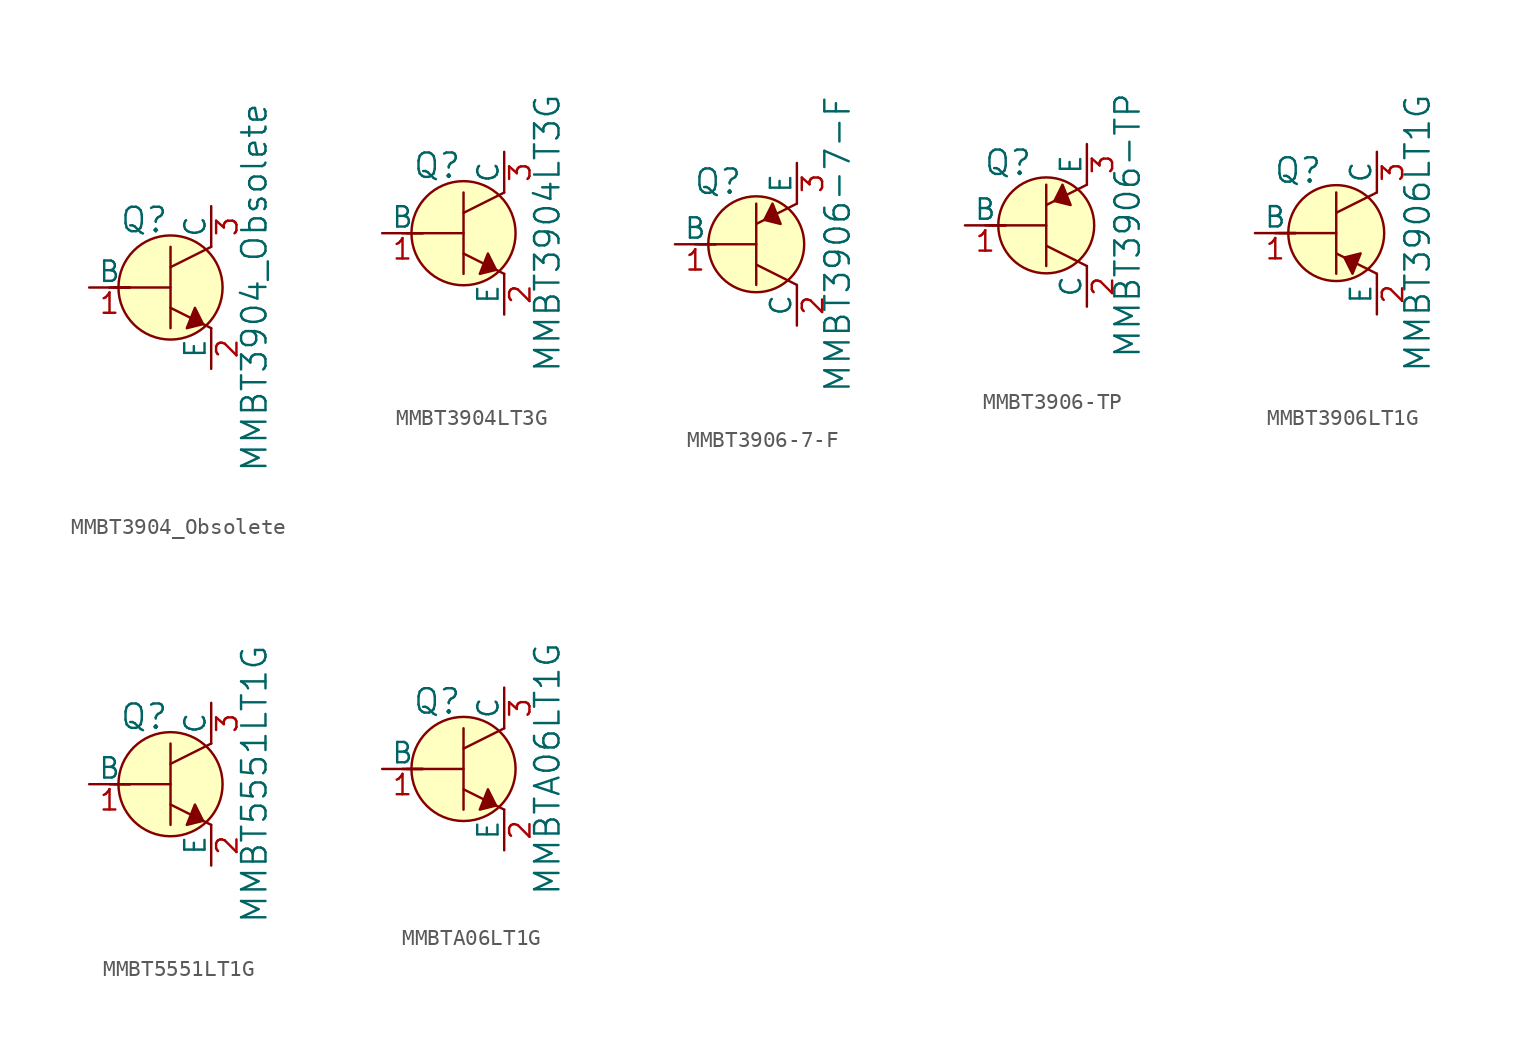
<source format=kicad_sym>
(kicad_symbol_lib
  (version 20211014)
  (generator kicad_symbol_editor)
  (symbol "MMBT3904_Obsolete"
    (pin_names
      (offset 0))
    (property "Reference" "Q"
      (at -3.2 4.216 0)
      (effects (font (size 1.524 1.524)) (justify left)))
    (property "Value" "MMBT3904_Obsolete"
      (at 5.232 0 90)
      (effects (font (size 1.524 1.524))))
    (symbol "MMBT3904_Obsolete_0_1"
      (polyline (pts (xy -3.81 0) (xy -2.54 0)) (stroke (width 0) (type default) (color 0 0 0 0)) (fill (type none)))
      (polyline (pts (xy -3.556 0) (xy 0 0)) (stroke (width 0) (type default) (color 0 0 0 0)) (fill (type none)))
      (polyline (pts (xy 0 -1.27) (xy 2.54 -2.54)) (stroke (width 0) (type default) (color 0 0 0 0)) (fill (type none)))
      (polyline (pts (xy 0 1.27) (xy 2.54 2.54)) (stroke (width 0) (type default) (color 0 0 0 0)) (fill (type none)))
      (polyline (pts (xy 0 2.54) (xy 0 -2.54)) (stroke (width 0) (type default) (color 0 0 0 0)) (fill (type none)))
      (polyline (pts (xy 1.524 -1.27) (xy 2.032 -2.286) (xy 1.016 -2.54) (xy 1.524 -1.27)) (stroke (width 0) (type default) (color 0 0 0 0)) (fill (type outline)))
      (circle (center 0 0) (radius 3.251) (stroke (width 0) (type default) (color 0 0 0 0)) (fill (type background))))
    (symbol "MMBT3904_Obsolete_1_1"
      (pin input line (at -5.08 0 0) (length 2.54) (name "B" (effects (font (size 1.27 1.27)))) (number "1" (effects (font (size 1.27 1.27)))))
      (pin passive line (at 2.54 -5.08 90) (length 2.54) (name "E" (effects (font (size 1.27 1.27)))) (number "2" (effects (font (size 1.27 1.27)))))
      (pin passive line (at 2.54 5.08 270) (length 2.54) (name "C" (effects (font (size 1.27 1.27)))) (number "3" (effects (font (size 1.27 1.27)))))))
  (symbol "MMBT3904LT3G"
    (pin_names
      (offset 0))
    (property "Reference" "Q"
      (at -3.2 4.216 0)
      (effects (font (size 1.524 1.524)) (justify left)))
    (property "Value" "MMBT3904LT3G"
      (at 5.232 0 90)
      (effects (font (size 1.524 1.524))))
    (symbol "MMBT3904LT3G_0_1"
      (polyline (pts (xy -3.81 0) (xy -2.54 0)) (stroke (width 0) (type default) (color 0 0 0 0)) (fill (type none)))
      (polyline (pts (xy -3.556 0) (xy 0 0)) (stroke (width 0) (type default) (color 0 0 0 0)) (fill (type none)))
      (polyline (pts (xy 0 -1.27) (xy 2.54 -2.54)) (stroke (width 0) (type default) (color 0 0 0 0)) (fill (type none)))
      (polyline (pts (xy 0 1.27) (xy 2.54 2.54)) (stroke (width 0) (type default) (color 0 0 0 0)) (fill (type none)))
      (polyline (pts (xy 0 2.54) (xy 0 -2.54)) (stroke (width 0) (type default) (color 0 0 0 0)) (fill (type none)))
      (polyline (pts (xy 1.524 -1.27) (xy 2.032 -2.286) (xy 1.016 -2.54) (xy 1.524 -1.27)) (stroke (width 0) (type default) (color 0 0 0 0)) (fill (type outline)))
      (circle (center 0 0) (radius 3.251) (stroke (width 0) (type default) (color 0 0 0 0)) (fill (type background))))
    (symbol "MMBT3904LT3G_1_1"
      (pin input line (at -5.08 0 0) (length 2.54) (name "B" (effects (font (size 1.27 1.27)))) (number "1" (effects (font (size 1.27 1.27)))))
      (pin passive line (at 2.54 -5.08 90) (length 2.54) (name "E" (effects (font (size 1.27 1.27)))) (number "2" (effects (font (size 1.27 1.27)))))
      (pin passive line (at 2.54 5.08 270) (length 2.54) (name "C" (effects (font (size 1.27 1.27)))) (number "3" (effects (font (size 1.27 1.27)))))))
  (symbol "MMBT3906-7-F"
    (pin_names
      (offset 0))
    (property "Reference" "Q"
      (at -2.388 3.912 0)
      (effects (font (size 1.524 1.524))))
    (property "Value" "MMBT3906-7-F"
      (at 5.08 0 90)
      (effects (font (size 1.524 1.524))))
    (symbol "MMBT3906-7-F_0_1"
      (polyline (pts (xy -3.81 0) (xy -2.54 0)) (stroke (width 0) (type default) (color 0 0 0 0)) (fill (type none)))
      (polyline (pts (xy -3.556 0) (xy 0 0)) (stroke (width 0) (type default) (color 0 0 0 0)) (fill (type none)))
      (polyline (pts (xy 0 -1.27) (xy 2.54 -2.54)) (stroke (width 0) (type default) (color 0 0 0 0)) (fill (type none)))
      (polyline (pts (xy 0 1.27) (xy 2.54 2.54)) (stroke (width 0) (type default) (color 0 0 0 0)) (fill (type none)))
      (polyline (pts (xy 0 2.54) (xy 0 -2.54)) (stroke (width 0) (type default) (color 0 0 0 0)) (fill (type none)))
      (polyline (pts (xy 1.016 2.54) (xy 0.508 1.524) (xy 1.524 1.27) (xy 1.016 2.54)) (stroke (width 0) (type default) (color 0 0 0 0)) (fill (type outline)))
      (circle (center 0 0) (radius 2.997) (stroke (width 0) (type default) (color 0 0 0 0)) (fill (type background))))
    (symbol "MMBT3906-7-F_1_1"
      (pin input line (at -5.08 0 0) (length 2.54) (name "B" (effects (font (size 1.27 1.27)))) (number "1" (effects (font (size 1.27 1.27)))))
      (pin passive line (at 2.54 -5.08 90) (length 2.54) (name "C" (effects (font (size 1.27 1.27)))) (number "2" (effects (font (size 1.27 1.27)))))
      (pin passive line (at 2.54 5.08 270) (length 2.54) (name "E" (effects (font (size 1.27 1.27)))) (number "3" (effects (font (size 1.27 1.27)))))))
  (symbol "MMBT3906-TP"
    (pin_names
      (offset 0))
    (property "Reference" "Q"
      (at -2.388 3.912 0)
      (effects (font (size 1.524 1.524))))
    (property "Value" "MMBT3906-TP"
      (at 5.08 0 90)
      (effects (font (size 1.524 1.524))))
    (symbol "MMBT3906-TP_0_1"
      (polyline (pts (xy -3.81 0) (xy -2.54 0)) (stroke (width 0) (type default) (color 0 0 0 0)) (fill (type none)))
      (polyline (pts (xy -3.556 0) (xy 0 0)) (stroke (width 0) (type default) (color 0 0 0 0)) (fill (type none)))
      (polyline (pts (xy 0 -1.27) (xy 2.54 -2.54)) (stroke (width 0) (type default) (color 0 0 0 0)) (fill (type none)))
      (polyline (pts (xy 0 1.27) (xy 2.54 2.54)) (stroke (width 0) (type default) (color 0 0 0 0)) (fill (type none)))
      (polyline (pts (xy 0 2.54) (xy 0 -2.54)) (stroke (width 0) (type default) (color 0 0 0 0)) (fill (type none)))
      (polyline (pts (xy 1.016 2.54) (xy 0.508 1.524) (xy 1.524 1.27) (xy 1.016 2.54)) (stroke (width 0) (type default) (color 0 0 0 0)) (fill (type outline)))
      (circle (center 0 0) (radius 2.997) (stroke (width 0) (type default) (color 0 0 0 0)) (fill (type background))))
    (symbol "MMBT3906-TP_1_1"
      (pin input line (at -5.08 0 0) (length 2.54) (name "B" (effects (font (size 1.27 1.27)))) (number "1" (effects (font (size 1.27 1.27)))))
      (pin passive line (at 2.54 -5.08 90) (length 2.54) (name "C" (effects (font (size 1.27 1.27)))) (number "2" (effects (font (size 1.27 1.27)))))
      (pin passive line (at 2.54 5.08 270) (length 2.54) (name "E" (effects (font (size 1.27 1.27)))) (number "3" (effects (font (size 1.27 1.27)))))))
  (symbol "MMBT3906LT1G"
    (pin_names
      (offset 0))
    (property "Reference" "Q"
      (at -2.388 3.912 0)
      (effects (font (size 1.524 1.524))))
    (property "Value" "MMBT3906LT1G"
      (at 5.08 0 90)
      (effects (font (size 1.524 1.524))))
    (symbol "MMBT3906LT1G_0_1"
      (polyline (pts (xy -3.81 0) (xy -2.54 0)) (stroke (width 0) (type default) (color 0 0 0 0)) (fill (type none)))
      (polyline (pts (xy -3.556 0) (xy 0 0)) (stroke (width 0) (type default) (color 0 0 0 0)) (fill (type none)))
      (polyline (pts (xy 0 -2.54) (xy 0 2.54)) (stroke (width 0) (type default) (color 0 0 0 0)) (fill (type none)))
      (polyline (pts (xy 0 -1.27) (xy 2.54 -2.54)) (stroke (width 0) (type default) (color 0 0 0 0)) (fill (type none)))
      (polyline (pts (xy 0 1.27) (xy 2.54 2.54)) (stroke (width 0) (type default) (color 0 0 0 0)) (fill (type none)))
      (polyline (pts (xy 1.016 -2.54) (xy 0.508 -1.524) (xy 1.524 -1.27) (xy 1.016 -2.54)) (stroke (width 0) (type default) (color 0 0 0 0)) (fill (type outline)))
      (circle (center 0 0) (radius 2.997) (stroke (width 0) (type default) (color 0 0 0 0)) (fill (type background))))
    (symbol "MMBT3906LT1G_1_1"
      (pin input line (at -5.08 0 0) (length 2.54) (name "B" (effects (font (size 1.27 1.27)))) (number "1" (effects (font (size 1.27 1.27)))))
      (pin passive line (at 2.54 -5.08 90) (length 2.54) (name "E" (effects (font (size 1.27 1.27)))) (number "2" (effects (font (size 1.27 1.27)))))
      (pin passive line (at 2.54 5.08 270) (length 2.54) (name "C" (effects (font (size 1.27 1.27)))) (number "3" (effects (font (size 1.27 1.27)))))))
  (symbol "MMBT5551LT1G"
    (pin_names
      (offset 0))
    (property "Reference" "Q"
      (at -3.2 4.216 0)
      (effects (font (size 1.524 1.524)) (justify left)))
    (property "Value" "MMBT5551LT1G"
      (at 5.232 0 90)
      (effects (font (size 1.524 1.524))))
    (symbol "MMBT5551LT1G_0_1"
      (polyline (pts (xy -3.81 0) (xy -2.54 0)) (stroke (width 0) (type default) (color 0 0 0 0)) (fill (type none)))
      (polyline (pts (xy -3.556 0) (xy 0 0)) (stroke (width 0) (type default) (color 0 0 0 0)) (fill (type none)))
      (polyline (pts (xy 0 -1.27) (xy 2.54 -2.54)) (stroke (width 0) (type default) (color 0 0 0 0)) (fill (type none)))
      (polyline (pts (xy 0 1.27) (xy 2.54 2.54)) (stroke (width 0) (type default) (color 0 0 0 0)) (fill (type none)))
      (polyline (pts (xy 0 2.54) (xy 0 -2.54)) (stroke (width 0) (type default) (color 0 0 0 0)) (fill (type none)))
      (polyline (pts (xy 1.524 -1.27) (xy 2.032 -2.286) (xy 1.016 -2.54) (xy 1.524 -1.27)) (stroke (width 0) (type default) (color 0 0 0 0)) (fill (type outline)))
      (circle (center 0 0) (radius 3.251) (stroke (width 0) (type default) (color 0 0 0 0)) (fill (type background))))
    (symbol "MMBT5551LT1G_1_1"
      (pin input line (at -5.08 0 0) (length 2.54) (name "B" (effects (font (size 1.27 1.27)))) (number "1" (effects (font (size 1.27 1.27)))))
      (pin passive line (at 2.54 -5.08 90) (length 2.54) (name "E" (effects (font (size 1.27 1.27)))) (number "2" (effects (font (size 1.27 1.27)))))
      (pin passive line (at 2.54 5.08 270) (length 2.54) (name "C" (effects (font (size 1.27 1.27)))) (number "3" (effects (font (size 1.27 1.27)))))))
  (symbol "MMBTA06LT1G"
    (pin_names
      (offset 0))
    (property "Reference" "Q"
      (at -3.2 4.216 0)
      (effects (font (size 1.524 1.524)) (justify left)))
    (property "Value" "MMBTA06LT1G"
      (at 5.232 0 90)
      (effects (font (size 1.524 1.524))))
    (symbol "MMBTA06LT1G_0_1"
      (polyline (pts (xy -3.81 0) (xy -2.54 0)) (stroke (width 0) (type default) (color 0 0 0 0)) (fill (type none)))
      (polyline (pts (xy -3.556 0) (xy 0 0)) (stroke (width 0) (type default) (color 0 0 0 0)) (fill (type none)))
      (polyline (pts (xy 0 -1.27) (xy 2.54 -2.54)) (stroke (width 0) (type default) (color 0 0 0 0)) (fill (type none)))
      (polyline (pts (xy 0 1.27) (xy 2.54 2.54)) (stroke (width 0) (type default) (color 0 0 0 0)) (fill (type none)))
      (polyline (pts (xy 0 2.54) (xy 0 -2.54)) (stroke (width 0) (type default) (color 0 0 0 0)) (fill (type none)))
      (polyline (pts (xy 1.524 -1.27) (xy 2.032 -2.286) (xy 1.016 -2.54) (xy 1.524 -1.27)) (stroke (width 0) (type default) (color 0 0 0 0)) (fill (type outline)))
      (circle (center 0 0) (radius 3.251) (stroke (width 0) (type default) (color 0 0 0 0)) (fill (type background))))
    (symbol "MMBTA06LT1G_1_1"
      (pin input line (at -5.08 0 0) (length 2.54) (name "B" (effects (font (size 1.27 1.27)))) (number "1" (effects (font (size 1.27 1.27)))))
      (pin passive line (at 2.54 -5.08 90) (length 2.54) (name "E" (effects (font (size 1.27 1.27)))) (number "2" (effects (font (size 1.27 1.27)))))
      (pin passive line (at 2.54 5.08 270) (length 2.54) (name "C" (effects (font (size 1.27 1.27)))) (number "3" (effects (font (size 1.27 1.27))))))))
</source>
